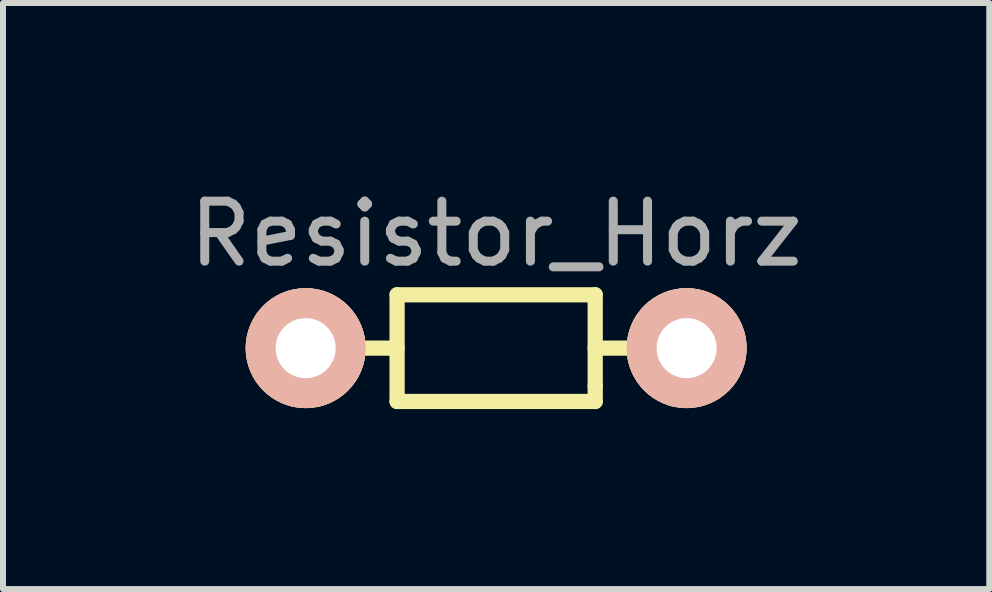
<source format=kicad_pcb>
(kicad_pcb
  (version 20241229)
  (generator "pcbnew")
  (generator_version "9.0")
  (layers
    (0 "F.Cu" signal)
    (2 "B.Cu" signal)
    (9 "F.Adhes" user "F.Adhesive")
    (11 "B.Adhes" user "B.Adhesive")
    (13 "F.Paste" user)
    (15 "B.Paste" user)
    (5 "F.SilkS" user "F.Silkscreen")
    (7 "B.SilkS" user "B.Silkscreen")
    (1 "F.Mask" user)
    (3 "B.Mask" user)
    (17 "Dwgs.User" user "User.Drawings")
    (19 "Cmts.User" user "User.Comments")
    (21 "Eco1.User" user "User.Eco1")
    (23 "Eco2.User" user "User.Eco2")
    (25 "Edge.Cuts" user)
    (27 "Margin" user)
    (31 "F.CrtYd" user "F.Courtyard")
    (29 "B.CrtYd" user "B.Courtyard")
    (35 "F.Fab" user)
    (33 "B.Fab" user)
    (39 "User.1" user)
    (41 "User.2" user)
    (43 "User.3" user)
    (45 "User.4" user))
  (footprint "Resistor_Horz"
    (layer "F.Cu")
    (at 5.22 2.753)
    (property "Reference" "Resistor_Horz" (at 0 -1.905 0) (layer "F.Fab") (effects (font (size 1 1) (thickness 0.15))))
    (attr through_hole)
    (fp_line (start -1.651 -0.889) (end 1.651 -0.889) (stroke (width 0.254) (type solid)) (layer "F.SilkS"))
    (fp_line (start -1.651 0) (end -2.413 0) (stroke (width 0.254) (type solid)) (layer "F.SilkS"))
    (fp_line (start -1.651 0.889) (end -1.651 -0.889) (stroke (width 0.254) (type solid)) (layer "F.SilkS"))
    (fp_line (start 1.651 -0.889) (end 1.651 0.635) (stroke (width 0.254) (type solid)) (layer "F.SilkS"))
    (fp_line (start 1.651 0) (end 2.413 0) (stroke (width 0.254) (type solid)) (layer "F.SilkS"))
    (fp_line (start 1.651 0.889) (end -1.651 0.889) (stroke (width 0.254) (type solid)) (layer "F.SilkS"))
    (fp_line (start 1.651 0.889) (end 1.651 0.635) (stroke (width 0.254) (type solid)) (layer "F.SilkS"))
    (pad "1" thru_hole circle (at -3.175 0) (size 1.999 1.999) (drill 1.001) (layers "*.Cu" "*.SilkS" "*.Mask"))
    (pad "2" thru_hole circle (at 3.175 0) (size 1.999 1.999) (drill 1.001) (layers "*.Cu" "*.SilkS" "*.Mask")))
  (gr_rect
    (start -3 -3)
    (end 13.44 6.769)
    (stroke (width 0.1) (type default))
    (fill no)
    (layer "Edge.Cuts")))
</source>
